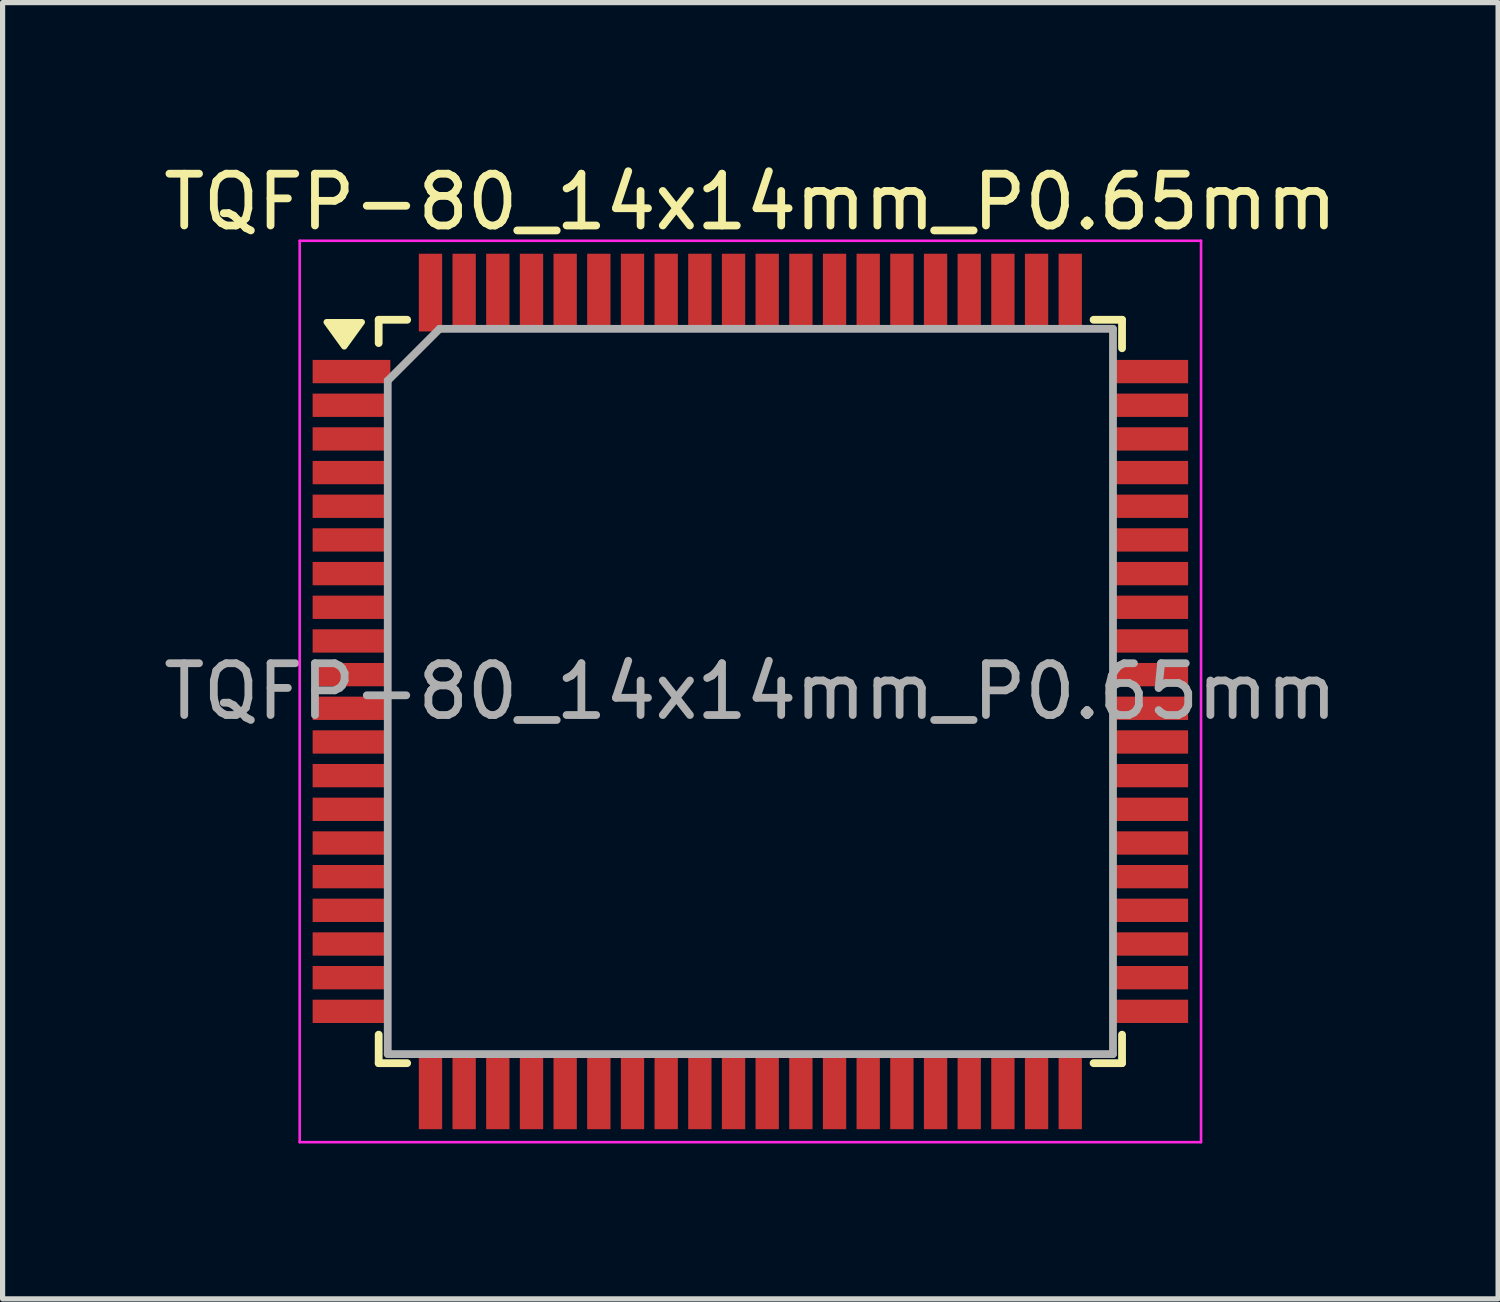
<source format=kicad_pcb>
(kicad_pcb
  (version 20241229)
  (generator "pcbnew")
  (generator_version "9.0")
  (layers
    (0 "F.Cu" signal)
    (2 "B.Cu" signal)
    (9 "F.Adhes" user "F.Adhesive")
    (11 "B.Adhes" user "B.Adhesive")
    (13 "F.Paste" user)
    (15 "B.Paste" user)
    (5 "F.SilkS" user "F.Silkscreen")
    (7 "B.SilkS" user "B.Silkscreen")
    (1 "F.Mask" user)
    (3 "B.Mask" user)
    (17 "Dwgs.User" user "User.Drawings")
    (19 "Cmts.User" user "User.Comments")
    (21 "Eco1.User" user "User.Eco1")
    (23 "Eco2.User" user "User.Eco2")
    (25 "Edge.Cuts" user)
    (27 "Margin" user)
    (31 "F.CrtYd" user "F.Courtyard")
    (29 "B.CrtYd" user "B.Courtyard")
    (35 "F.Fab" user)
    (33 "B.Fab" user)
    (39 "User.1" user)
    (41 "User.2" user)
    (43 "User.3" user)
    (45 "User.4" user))
  (footprint "TQFP-80_14x14mm_P0.65mm"
    (layer "F.Cu")
    (at 11.435 10.298)
    (property "Reference" "TQFP-80_14x14mm_P0.65mm" (at 0 -9.45 0) (layer "F.SilkS") (effects (font (size 1 1) (thickness 0.15))))
    (attr smd)
    (fp_line (start -7.175 -7.175) (end -7.175 -6.725) (stroke (width 0.15) (type solid)) (layer "F.SilkS"))
    (fp_line (start -7.175 -7.175) (end -6.625 -7.175) (stroke (width 0.15) (type solid)) (layer "F.SilkS"))
    (fp_line (start -7.175 7.175) (end -7.175 6.625) (stroke (width 0.15) (type solid)) (layer "F.SilkS"))
    (fp_line (start -7.175 7.175) (end -6.625 7.175) (stroke (width 0.15) (type solid)) (layer "F.SilkS"))
    (fp_line (start 7.175 -7.175) (end 6.625 -7.175) (stroke (width 0.15) (type solid)) (layer "F.SilkS"))
    (fp_line (start 7.175 -7.175) (end 7.175 -6.625) (stroke (width 0.15) (type solid)) (layer "F.SilkS"))
    (fp_line (start 7.175 7.175) (end 6.625 7.175) (stroke (width 0.15) (type solid)) (layer "F.SilkS"))
    (fp_line (start 7.175 7.175) (end 7.175 6.625) (stroke (width 0.15) (type solid)) (layer "F.SilkS"))
    (fp_poly (pts (xy -7.84 -6.66) (xy -8.18 -7.13) (xy -7.5 -7.13) (xy -7.84 -6.66)) (stroke (width 0.12) (type solid)) (fill yes) (layer "F.SilkS"))
    (fp_line (start -8.7 -8.7) (end -8.7 8.7) (stroke (width 0.05) (type solid)) (layer "F.CrtYd"))
    (fp_line (start -8.7 -8.7) (end 8.7 -8.7) (stroke (width 0.05) (type solid)) (layer "F.CrtYd"))
    (fp_line (start -8.7 8.7) (end 8.7 8.7) (stroke (width 0.05) (type solid)) (layer "F.CrtYd"))
    (fp_line (start 8.7 -8.7) (end 8.7 8.7) (stroke (width 0.05) (type solid)) (layer "F.CrtYd"))
    (fp_line (start -7 -6) (end -6 -7) (stroke (width 0.15) (type solid)) (layer "F.Fab"))
    (fp_line (start -7 7) (end -7 -6) (stroke (width 0.15) (type solid)) (layer "F.Fab"))
    (fp_line (start -6 -7) (end 7 -7) (stroke (width 0.15) (type solid)) (layer "F.Fab"))
    (fp_line (start 7 -7) (end 7 7) (stroke (width 0.15) (type solid)) (layer "F.Fab"))
    (fp_line (start 7 7) (end -7 7) (stroke (width 0.15) (type solid)) (layer "F.Fab"))
    (fp_text user "${REFERENCE}" (at 0 0 0) (layer "F.Fab") (effects (font (size 1 1) (thickness 0.15))))
    (pad "1" smd rect (at -7.7 -6.175) (size 1.5 0.45) (layers "F.Cu" "F.Mask" "F.Paste"))
    (pad "2" smd rect (at -7.7 -5.525) (size 1.5 0.45) (layers "F.Cu" "F.Mask" "F.Paste"))
    (pad "3" smd rect (at -7.7 -4.875) (size 1.5 0.45) (layers "F.Cu" "F.Mask" "F.Paste"))
    (pad "4" smd rect (at -7.7 -4.225) (size 1.5 0.45) (layers "F.Cu" "F.Mask" "F.Paste"))
    (pad "5" smd rect (at -7.7 -3.575) (size 1.5 0.45) (layers "F.Cu" "F.Mask" "F.Paste"))
    (pad "6" smd rect (at -7.7 -2.925) (size 1.5 0.45) (layers "F.Cu" "F.Mask" "F.Paste"))
    (pad "7" smd rect (at -7.7 -2.275) (size 1.5 0.45) (layers "F.Cu" "F.Mask" "F.Paste"))
    (pad "8" smd rect (at -7.7 -1.625) (size 1.5 0.45) (layers "F.Cu" "F.Mask" "F.Paste"))
    (pad "9" smd rect (at -7.7 -0.975) (size 1.5 0.45) (layers "F.Cu" "F.Mask" "F.Paste"))
    (pad "10" smd rect (at -7.7 -0.325) (size 1.5 0.45) (layers "F.Cu" "F.Mask" "F.Paste"))
    (pad "11" smd rect (at -7.7 0.325) (size 1.5 0.45) (layers "F.Cu" "F.Mask" "F.Paste"))
    (pad "12" smd rect (at -7.7 0.975) (size 1.5 0.45) (layers "F.Cu" "F.Mask" "F.Paste"))
    (pad "13" smd rect (at -7.7 1.625) (size 1.5 0.45) (layers "F.Cu" "F.Mask" "F.Paste"))
    (pad "14" smd rect (at -7.7 2.275) (size 1.5 0.45) (layers "F.Cu" "F.Mask" "F.Paste"))
    (pad "15" smd rect (at -7.7 2.925) (size 1.5 0.45) (layers "F.Cu" "F.Mask" "F.Paste"))
    (pad "16" smd rect (at -7.7 3.575) (size 1.5 0.45) (layers "F.Cu" "F.Mask" "F.Paste"))
    (pad "17" smd rect (at -7.7 4.225) (size 1.5 0.45) (layers "F.Cu" "F.Mask" "F.Paste"))
    (pad "18" smd rect (at -7.7 4.875) (size 1.5 0.45) (layers "F.Cu" "F.Mask" "F.Paste"))
    (pad "19" smd rect (at -7.7 5.525) (size 1.5 0.45) (layers "F.Cu" "F.Mask" "F.Paste"))
    (pad "20" smd rect (at -7.7 6.175) (size 1.5 0.45) (layers "F.Cu" "F.Mask" "F.Paste"))
    (pad "21" smd rect (at -6.175 7.7 90) (size 1.5 0.45) (layers "F.Cu" "F.Mask" "F.Paste"))
    (pad "22" smd rect (at -5.525 7.7 90) (size 1.5 0.45) (layers "F.Cu" "F.Mask" "F.Paste"))
    (pad "23" smd rect (at -4.875 7.7 90) (size 1.5 0.45) (layers "F.Cu" "F.Mask" "F.Paste"))
    (pad "24" smd rect (at -4.225 7.7 90) (size 1.5 0.45) (layers "F.Cu" "F.Mask" "F.Paste"))
    (pad "25" smd rect (at -3.575 7.7 90) (size 1.5 0.45) (layers "F.Cu" "F.Mask" "F.Paste"))
    (pad "26" smd rect (at -2.925 7.7 90) (size 1.5 0.45) (layers "F.Cu" "F.Mask" "F.Paste"))
    (pad "27" smd rect (at -2.275 7.7 90) (size 1.5 0.45) (layers "F.Cu" "F.Mask" "F.Paste"))
    (pad "28" smd rect (at -1.625 7.7 90) (size 1.5 0.45) (layers "F.Cu" "F.Mask" "F.Paste"))
    (pad "29" smd rect (at -0.975 7.7 90) (size 1.5 0.45) (layers "F.Cu" "F.Mask" "F.Paste"))
    (pad "30" smd rect (at -0.325 7.7 90) (size 1.5 0.45) (layers "F.Cu" "F.Mask" "F.Paste"))
    (pad "31" smd rect (at 0.325 7.7 90) (size 1.5 0.45) (layers "F.Cu" "F.Mask" "F.Paste"))
    (pad "32" smd rect (at 0.975 7.7 90) (size 1.5 0.45) (layers "F.Cu" "F.Mask" "F.Paste"))
    (pad "33" smd rect (at 1.625 7.7 90) (size 1.5 0.45) (layers "F.Cu" "F.Mask" "F.Paste"))
    (pad "34" smd rect (at 2.275 7.7 90) (size 1.5 0.45) (layers "F.Cu" "F.Mask" "F.Paste"))
    (pad "35" smd rect (at 2.925 7.7 90) (size 1.5 0.45) (layers "F.Cu" "F.Mask" "F.Paste"))
    (pad "36" smd rect (at 3.575 7.7 90) (size 1.5 0.45) (layers "F.Cu" "F.Mask" "F.Paste"))
    (pad "37" smd rect (at 4.225 7.7 90) (size 1.5 0.45) (layers "F.Cu" "F.Mask" "F.Paste"))
    (pad "38" smd rect (at 4.875 7.7 90) (size 1.5 0.45) (layers "F.Cu" "F.Mask" "F.Paste"))
    (pad "39" smd rect (at 5.525 7.7 90) (size 1.5 0.45) (layers "F.Cu" "F.Mask" "F.Paste"))
    (pad "40" smd rect (at 6.175 7.7 90) (size 1.5 0.45) (layers "F.Cu" "F.Mask" "F.Paste"))
    (pad "41" smd rect (at 7.7 6.175) (size 1.5 0.45) (layers "F.Cu" "F.Mask" "F.Paste"))
    (pad "42" smd rect (at 7.7 5.525) (size 1.5 0.45) (layers "F.Cu" "F.Mask" "F.Paste"))
    (pad "43" smd rect (at 7.7 4.875) (size 1.5 0.45) (layers "F.Cu" "F.Mask" "F.Paste"))
    (pad "44" smd rect (at 7.7 4.225) (size 1.5 0.45) (layers "F.Cu" "F.Mask" "F.Paste"))
    (pad "45" smd rect (at 7.7 3.575) (size 1.5 0.45) (layers "F.Cu" "F.Mask" "F.Paste"))
    (pad "46" smd rect (at 7.7 2.925) (size 1.5 0.45) (layers "F.Cu" "F.Mask" "F.Paste"))
    (pad "47" smd rect (at 7.7 2.275) (size 1.5 0.45) (layers "F.Cu" "F.Mask" "F.Paste"))
    (pad "48" smd rect (at 7.7 1.625) (size 1.5 0.45) (layers "F.Cu" "F.Mask" "F.Paste"))
    (pad "49" smd rect (at 7.7 0.975) (size 1.5 0.45) (layers "F.Cu" "F.Mask" "F.Paste"))
    (pad "50" smd rect (at 7.7 0.325) (size 1.5 0.45) (layers "F.Cu" "F.Mask" "F.Paste"))
    (pad "51" smd rect (at 7.7 -0.325) (size 1.5 0.45) (layers "F.Cu" "F.Mask" "F.Paste"))
    (pad "52" smd rect (at 7.7 -0.975) (size 1.5 0.45) (layers "F.Cu" "F.Mask" "F.Paste"))
    (pad "53" smd rect (at 7.7 -1.625) (size 1.5 0.45) (layers "F.Cu" "F.Mask" "F.Paste"))
    (pad "54" smd rect (at 7.7 -2.275) (size 1.5 0.45) (layers "F.Cu" "F.Mask" "F.Paste"))
    (pad "55" smd rect (at 7.7 -2.925) (size 1.5 0.45) (layers "F.Cu" "F.Mask" "F.Paste"))
    (pad "56" smd rect (at 7.7 -3.575) (size 1.5 0.45) (layers "F.Cu" "F.Mask" "F.Paste"))
    (pad "57" smd rect (at 7.7 -4.225) (size 1.5 0.45) (layers "F.Cu" "F.Mask" "F.Paste"))
    (pad "58" smd rect (at 7.7 -4.875) (size 1.5 0.45) (layers "F.Cu" "F.Mask" "F.Paste"))
    (pad "59" smd rect (at 7.7 -5.525) (size 1.5 0.45) (layers "F.Cu" "F.Mask" "F.Paste"))
    (pad "60" smd rect (at 7.7 -6.175) (size 1.5 0.45) (layers "F.Cu" "F.Mask" "F.Paste"))
    (pad "61" smd rect (at 6.175 -7.7 90) (size 1.5 0.45) (layers "F.Cu" "F.Mask" "F.Paste"))
    (pad "62" smd rect (at 5.525 -7.7 90) (size 1.5 0.45) (layers "F.Cu" "F.Mask" "F.Paste"))
    (pad "63" smd rect (at 4.875 -7.7 90) (size 1.5 0.45) (layers "F.Cu" "F.Mask" "F.Paste"))
    (pad "64" smd rect (at 4.225 -7.7 90) (size 1.5 0.45) (layers "F.Cu" "F.Mask" "F.Paste"))
    (pad "65" smd rect (at 3.575 -7.7 90) (size 1.5 0.45) (layers "F.Cu" "F.Mask" "F.Paste"))
    (pad "66" smd rect (at 2.925 -7.7 90) (size 1.5 0.45) (layers "F.Cu" "F.Mask" "F.Paste"))
    (pad "67" smd rect (at 2.275 -7.7 90) (size 1.5 0.45) (layers "F.Cu" "F.Mask" "F.Paste"))
    (pad "68" smd rect (at 1.625 -7.7 90) (size 1.5 0.45) (layers "F.Cu" "F.Mask" "F.Paste"))
    (pad "69" smd rect (at 0.975 -7.7 90) (size 1.5 0.45) (layers "F.Cu" "F.Mask" "F.Paste"))
    (pad "70" smd rect (at 0.325 -7.7 90) (size 1.5 0.45) (layers "F.Cu" "F.Mask" "F.Paste"))
    (pad "71" smd rect (at -0.325 -7.7 90) (size 1.5 0.45) (layers "F.Cu" "F.Mask" "F.Paste"))
    (pad "72" smd rect (at -0.975 -7.7 90) (size 1.5 0.45) (layers "F.Cu" "F.Mask" "F.Paste"))
    (pad "73" smd rect (at -1.625 -7.7 90) (size 1.5 0.45) (layers "F.Cu" "F.Mask" "F.Paste"))
    (pad "74" smd rect (at -2.275 -7.7 90) (size 1.5 0.45) (layers "F.Cu" "F.Mask" "F.Paste"))
    (pad "75" smd rect (at -2.925 -7.7 90) (size 1.5 0.45) (layers "F.Cu" "F.Mask" "F.Paste"))
    (pad "76" smd rect (at -3.575 -7.7 90) (size 1.5 0.45) (layers "F.Cu" "F.Mask" "F.Paste"))
    (pad "77" smd rect (at -4.225 -7.7 90) (size 1.5 0.45) (layers "F.Cu" "F.Mask" "F.Paste"))
    (pad "78" smd rect (at -4.875 -7.7 90) (size 1.5 0.45) (layers "F.Cu" "F.Mask" "F.Paste"))
    (pad "79" smd rect (at -5.525 -7.7 90) (size 1.5 0.45) (layers "F.Cu" "F.Mask" "F.Paste"))
    (pad "80" smd rect (at -6.175 -7.7 90) (size 1.5 0.45) (layers "F.Cu" "F.Mask" "F.Paste")))
  (gr_rect
    (start -3 -3)
    (end 25.869 22.023)
    (stroke (width 0.1) (type default))
    (fill no)
    (layer "Edge.Cuts")))
</source>
